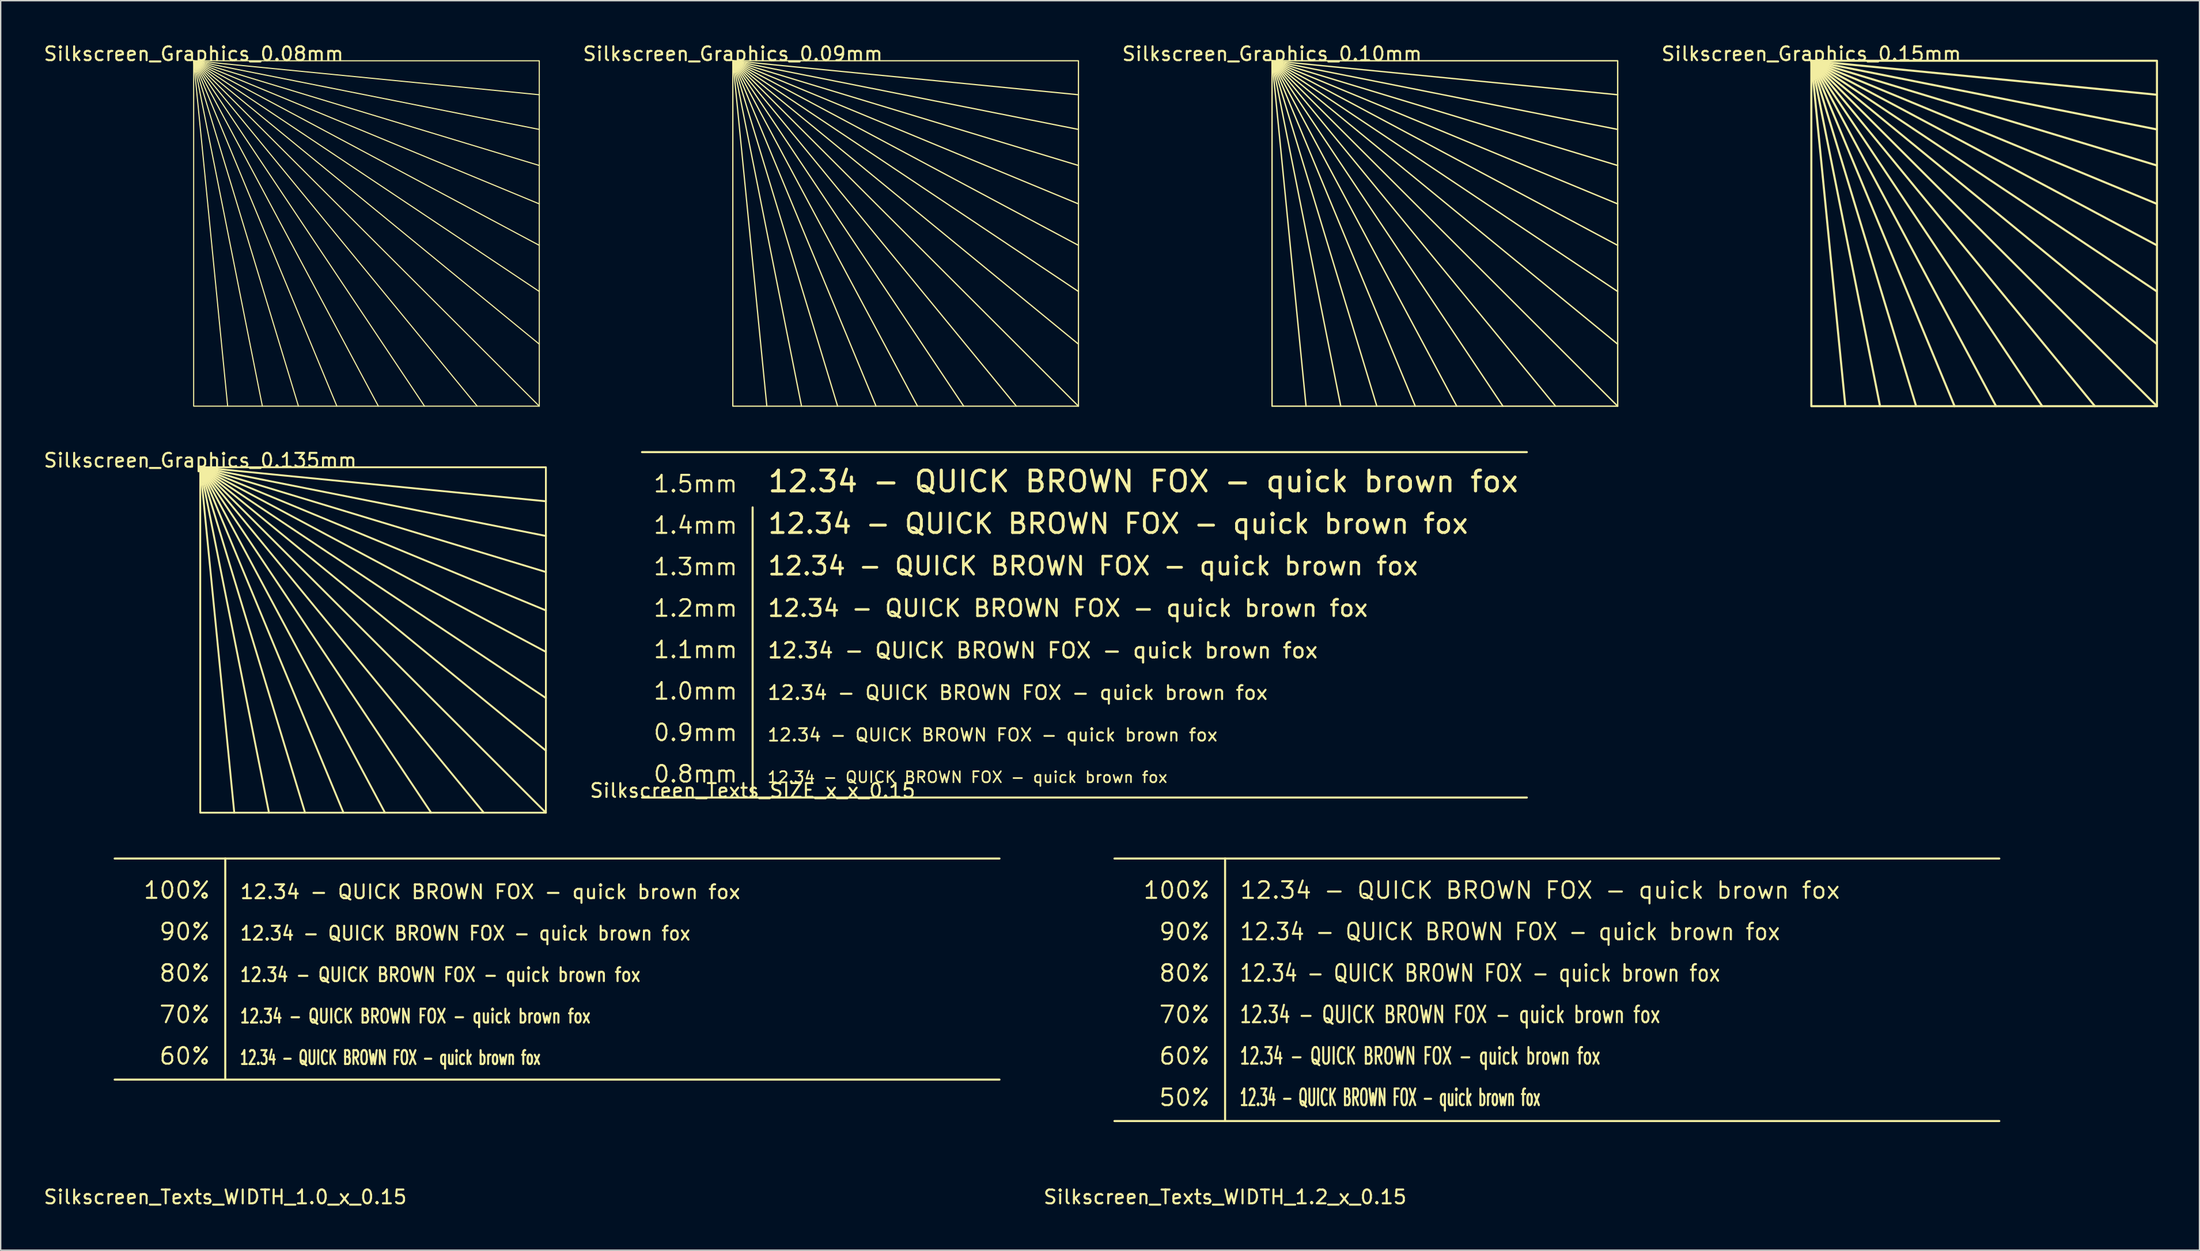
<source format=kicad_pcb>
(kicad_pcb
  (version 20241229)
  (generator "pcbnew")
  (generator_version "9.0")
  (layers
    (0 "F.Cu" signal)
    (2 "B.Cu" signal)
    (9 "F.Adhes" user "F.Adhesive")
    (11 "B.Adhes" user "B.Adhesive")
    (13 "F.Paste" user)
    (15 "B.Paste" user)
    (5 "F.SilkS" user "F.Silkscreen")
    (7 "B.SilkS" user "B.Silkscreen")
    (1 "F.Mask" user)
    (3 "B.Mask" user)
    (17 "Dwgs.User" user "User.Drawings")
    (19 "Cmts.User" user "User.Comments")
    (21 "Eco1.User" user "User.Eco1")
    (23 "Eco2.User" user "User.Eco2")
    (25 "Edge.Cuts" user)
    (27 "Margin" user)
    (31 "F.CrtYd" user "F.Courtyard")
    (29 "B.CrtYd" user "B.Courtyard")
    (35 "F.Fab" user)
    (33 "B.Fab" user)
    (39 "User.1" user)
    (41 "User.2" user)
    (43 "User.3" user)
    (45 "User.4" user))
  (footprint "Silkscreen_Graphics_0.09mm"
    (layer "F.Cu")
    (at 49.957 1.348)
    (property "Reference" "Silkscreen_Graphics_0.09mm" (at 0 -0.5 0) (unlocked yes) (layer "F.SilkS") (effects (font (size 1 1) (thickness 0.15))))
    (fp_line (start 0 0) (end 2.46 25) (stroke (width 0.09) (type default)) (layer "F.SilkS"))
    (fp_line (start 0 0) (end 4.97 25) (stroke (width 0.09) (type default)) (layer "F.SilkS"))
    (fp_line (start 0 0) (end 7.58 25) (stroke (width 0.09) (type default)) (layer "F.SilkS"))
    (fp_line (start 0 0) (end 10.36 25) (stroke (width 0.09) (type default)) (layer "F.SilkS"))
    (fp_line (start 0 0) (end 13.36 25) (stroke (width 0.09) (type default)) (layer "F.SilkS"))
    (fp_line (start 0 0) (end 16.7 25) (stroke (width 0.09) (type default)) (layer "F.SilkS"))
    (fp_line (start 0 0) (end 20.51 25) (stroke (width 0.09) (type default)) (layer "F.SilkS"))
    (fp_line (start 0 0) (end 25 2.46) (stroke (width 0.09) (type default)) (layer "F.SilkS"))
    (fp_line (start 0 0) (end 25 4.97) (stroke (width 0.09) (type default)) (layer "F.SilkS"))
    (fp_line (start 0 0) (end 25 7.58) (stroke (width 0.09) (type default)) (layer "F.SilkS"))
    (fp_line (start 0 0) (end 25 10.36) (stroke (width 0.09) (type default)) (layer "F.SilkS"))
    (fp_line (start 0 0) (end 25 13.36) (stroke (width 0.09) (type default)) (layer "F.SilkS"))
    (fp_line (start 0 0) (end 25 16.7) (stroke (width 0.09) (type default)) (layer "F.SilkS"))
    (fp_line (start 0 0) (end 25 20.51) (stroke (width 0.09) (type default)) (layer "F.SilkS"))
    (fp_line (start 0 0) (end 25 25) (stroke (width 0.09) (type default)) (layer "F.SilkS"))
    (fp_rect (start 0 0) (end 25 25) (stroke (width 0.09) (type default)) (fill no) (layer "F.SilkS")))
  (footprint "Silkscreen_Graphics_0.08mm"
    (layer "F.Cu")
    (at 10.958 1.348)
    (property "Reference" "Silkscreen_Graphics_0.08mm" (at 0 -0.5 0) (unlocked yes) (layer "F.SilkS") (effects (font (size 1 1) (thickness 0.15))))
    (fp_line (start 0 0) (end 2.46 25) (stroke (width 0.08) (type default)) (layer "F.SilkS"))
    (fp_line (start 0 0) (end 4.97 25) (stroke (width 0.08) (type default)) (layer "F.SilkS"))
    (fp_line (start 0 0) (end 7.58 25) (stroke (width 0.08) (type default)) (layer "F.SilkS"))
    (fp_line (start 0 0) (end 10.36 25) (stroke (width 0.08) (type default)) (layer "F.SilkS"))
    (fp_line (start 0 0) (end 13.36 25) (stroke (width 0.08) (type default)) (layer "F.SilkS"))
    (fp_line (start 0 0) (end 16.7 25) (stroke (width 0.08) (type default)) (layer "F.SilkS"))
    (fp_line (start 0 0) (end 20.51 25) (stroke (width 0.08) (type default)) (layer "F.SilkS"))
    (fp_line (start 0 0) (end 25 2.46) (stroke (width 0.08) (type default)) (layer "F.SilkS"))
    (fp_line (start 0 0) (end 25 4.97) (stroke (width 0.08) (type default)) (layer "F.SilkS"))
    (fp_line (start 0 0) (end 25 7.58) (stroke (width 0.08) (type default)) (layer "F.SilkS"))
    (fp_line (start 0 0) (end 25 10.36) (stroke (width 0.08) (type default)) (layer "F.SilkS"))
    (fp_line (start 0 0) (end 25 13.36) (stroke (width 0.08) (type default)) (layer "F.SilkS"))
    (fp_line (start 0 0) (end 25 16.7) (stroke (width 0.08) (type default)) (layer "F.SilkS"))
    (fp_line (start 0 0) (end 25 20.51) (stroke (width 0.08) (type default)) (layer "F.SilkS"))
    (fp_line (start 0 0) (end 25 25) (stroke (width 0.08) (type default)) (layer "F.SilkS"))
    (fp_rect (start 0 0) (end 25 25) (stroke (width 0.08) (type default)) (fill no) (layer "F.SilkS")))
  (footprint "Silkscreen_Texts_WIDTH_1.2_x_0.15"
    (layer "F.Cu")
    (at 85.563 59.089)
    (property "Reference" "Silkscreen_Texts_WIDTH_1.2_x_0.15" (at 0 24.5 0) (unlocked yes) (layer "F.SilkS") (effects (font (size 1 1) (thickness 0.15))))
    (fp_line (start -8 0) (end 56 0) (stroke (width 0.15) (type default)) (layer "F.SilkS"))
    (fp_line (start -8 19) (end 56 19) (stroke (width 0.15) (type default)) (layer "F.SilkS"))
    (fp_line (start 0 19) (end 0 0) (stroke (width 0.15) (type default)) (layer "F.SilkS"))
    (fp_text user "70%" (at -1 12 0) (unlocked yes) (layer "F.SilkS") (effects (font (size 1.2 1.2) (thickness 0.15)) (justify right bottom)))
    (fp_text user "12.34 - QUICK BROWN FOX - quick brown fox " (at 1 18 0) (unlocked yes) (layer "F.SilkS") (effects (font (size 1.2 0.6) (thickness 0.15)) (justify left bottom)))
    (fp_text user "12.34 - QUICK BROWN FOX - quick brown fox " (at 1 9 0) (unlocked yes) (layer "F.SilkS") (effects (font (size 1.2 0.96) (thickness 0.15)) (justify left bottom)))
    (fp_text user "50%" (at -1 18 0) (unlocked yes) (layer "F.SilkS") (effects (font (size 1.2 1.2) (thickness 0.15)) (justify right bottom)))
    (fp_text user "60%" (at -1 15 0) (unlocked yes) (layer "F.SilkS") (effects (font (size 1.2 1.2) (thickness 0.15)) (justify right bottom)))
    (fp_text user "100%" (at -1 3 0) (unlocked yes) (layer "F.SilkS") (effects (font (size 1.2 1.2) (thickness 0.15)) (justify right bottom)))
    (fp_text user "12.34 - QUICK BROWN FOX - quick brown fox " (at 1 3 0) (unlocked yes) (layer "F.SilkS") (effects (font (size 1.2 1.2) (thickness 0.15)) (justify left bottom)))
    (fp_text user "12.34 - QUICK BROWN FOX - quick brown fox " (at 1 15 0) (unlocked yes) (layer "F.SilkS") (effects (font (size 1.2 0.72) (thickness 0.15)) (justify left bottom)))
    (fp_text user "12.34 - QUICK BROWN FOX - quick brown fox " (at 1 6 0) (unlocked yes) (layer "F.SilkS") (effects (font (size 1.2 1.08) (thickness 0.15)) (justify left bottom)))
    (fp_text user "12.34 - QUICK BROWN FOX - quick brown fox " (at 1 12 0) (unlocked yes) (layer "F.SilkS") (effects (font (size 1.2 0.84) (thickness 0.15)) (justify left bottom)))
    (fp_text user "90%" (at -1 6 0) (unlocked yes) (layer "F.SilkS") (effects (font (size 1.2 1.2) (thickness 0.15)) (justify right bottom)))
    (fp_text user "80%" (at -1 9 0) (unlocked yes) (layer "F.SilkS") (effects (font (size 1.2 1.2) (thickness 0.15)) (justify right bottom))))
  (footprint "Silkscreen_Graphics_0.10mm"
    (layer "F.Cu")
    (at 88.96 1.348)
    (property "Reference" "Silkscreen_Graphics_0.10mm" (at 0 -0.5 0) (unlocked yes) (layer "F.SilkS") (effects (font (size 1 1) (thickness 0.15))))
    (fp_line (start 0 0) (end 2.46 25) (stroke (width 0.1) (type default)) (layer "F.SilkS"))
    (fp_line (start 0 0) (end 4.97 25) (stroke (width 0.1) (type default)) (layer "F.SilkS"))
    (fp_line (start 0 0) (end 7.58 25) (stroke (width 0.1) (type default)) (layer "F.SilkS"))
    (fp_line (start 0 0) (end 10.36 25) (stroke (width 0.1) (type default)) (layer "F.SilkS"))
    (fp_line (start 0 0) (end 13.36 25) (stroke (width 0.1) (type default)) (layer "F.SilkS"))
    (fp_line (start 0 0) (end 16.7 25) (stroke (width 0.1) (type default)) (layer "F.SilkS"))
    (fp_line (start 0 0) (end 20.51 25) (stroke (width 0.1) (type default)) (layer "F.SilkS"))
    (fp_line (start 0 0) (end 25 2.46) (stroke (width 0.1) (type default)) (layer "F.SilkS"))
    (fp_line (start 0 0) (end 25 4.97) (stroke (width 0.1) (type default)) (layer "F.SilkS"))
    (fp_line (start 0 0) (end 25 7.58) (stroke (width 0.1) (type default)) (layer "F.SilkS"))
    (fp_line (start 0 0) (end 25 10.36) (stroke (width 0.1) (type default)) (layer "F.SilkS"))
    (fp_line (start 0 0) (end 25 13.36) (stroke (width 0.1) (type default)) (layer "F.SilkS"))
    (fp_line (start 0 0) (end 25 16.7) (stroke (width 0.1) (type default)) (layer "F.SilkS"))
    (fp_line (start 0 0) (end 25 20.51) (stroke (width 0.1) (type default)) (layer "F.SilkS"))
    (fp_line (start 0 0) (end 25 25) (stroke (width 0.1) (type default)) (layer "F.SilkS"))
    (fp_rect (start 0 0) (end 25 25) (stroke (width 0.1) (type default)) (fill no) (layer "F.SilkS")))
  (footprint "Silkscreen_Texts_SIZE_x_x_0.15"
    (layer "F.Cu")
    (at 51.389 29.673)
    (property "Reference" "Silkscreen_Texts_SIZE_x_x_0.15" (at 0 24.5 0) (unlocked yes) (layer "F.SilkS") (effects (font (size 1 1) (thickness 0.15))))
    (fp_line (start -8 0) (end 56 0) (stroke (width 0.15) (type default)) (layer "F.SilkS"))
    (fp_line (start -8 25) (end 56 25) (stroke (width 0.15) (type default)) (layer "F.SilkS"))
    (fp_line (start 0 25) (end 0 4) (stroke (width 0.15) (type default)) (layer "F.SilkS"))
    (fp_text user "12.34 - QUICK BROWN FOX - quick brown fox " (at 1 3 0) (unlocked yes) (layer "F.SilkS") (effects (font (size 1.5 1.5) (thickness 0.225)) (justify left bottom)))
    (fp_text user "1.3mm" (at -1 9 0) (unlocked yes) (layer "F.SilkS") (effects (font (size 1.2 1.2) (thickness 0.15)) (justify right bottom)))
    (fp_text user "12.34 - QUICK BROWN FOX - quick brown fox " (at 1 12 0) (unlocked yes) (layer "F.SilkS") (effects (font (size 1.2 1.2) (thickness 0.18)) (justify left bottom)))
    (fp_text user "0.8mm" (at -1 24 0) (unlocked yes) (layer "F.SilkS") (effects (font (size 1.2 1.2) (thickness 0.15)) (justify right bottom)))
    (fp_text user "12.34 - QUICK BROWN FOX - quick brown fox " (at 1 15 0) (unlocked yes) (layer "F.SilkS") (effects (font (size 1.1 1.1) (thickness 0.165)) (justify left bottom)))
    (fp_text user "0.9mm" (at -1 21 0) (unlocked yes) (layer "F.SilkS") (effects (font (size 1.2 1.2) (thickness 0.15)) (justify right bottom)))
    (fp_text user "1.5mm" (at -1 3 0) (unlocked yes) (layer "F.SilkS") (effects (font (size 1.2 1.2) (thickness 0.15)) (justify right bottom)))
    (fp_text user "1.1mm" (at -1 15 0) (unlocked yes) (layer "F.SilkS") (effects (font (size 1.2 1.2) (thickness 0.15)) (justify right bottom)))
    (fp_text user "12.34 - QUICK BROWN FOX - quick brown fox " (at 1 9 0) (unlocked yes) (layer "F.SilkS") (effects (font (size 1.3 1.3) (thickness 0.195)) (justify left bottom)))
    (fp_text user "12.34 - QUICK BROWN FOX - quick brown fox " (at 1 21 0) (unlocked yes) (layer "F.SilkS") (effects (font (size 0.9 0.9) (thickness 0.135)) (justify left bottom)))
    (fp_text user "1.4mm" (at -1 6 0) (unlocked yes) (layer "F.SilkS") (effects (font (size 1.2 1.2) (thickness 0.15)) (justify right bottom)))
    (fp_text user "1.2mm" (at -1 12 0) (unlocked yes) (layer "F.SilkS") (effects (font (size 1.2 1.2) (thickness 0.15)) (justify right bottom)))
    (fp_text user "1.0mm" (at -1 18 0) (unlocked yes) (layer "F.SilkS") (effects (font (size 1.2 1.2) (thickness 0.15)) (justify right bottom)))
    (fp_text user "12.34 - QUICK BROWN FOX - quick brown fox " (at 1 6 0) (unlocked yes) (layer "F.SilkS") (effects (font (size 1.4 1.4) (thickness 0.21)) (justify left bottom)))
    (fp_text user "12.34 - QUICK BROWN FOX - quick brown fox " (at 1 18 0) (unlocked yes) (layer "F.SilkS") (effects (font (size 1 1) (thickness 0.15)) (justify left bottom)))
    (fp_text user "12.34 - QUICK BROWN FOX - quick brown fox " (at 1 24 0) (unlocked yes) (layer "F.SilkS") (effects (font (size 0.8 0.8) (thickness 0.12)) (justify left bottom))))
  (footprint "Silkscreen_Graphics_0.15mm"
    (layer "F.Cu")
    (at 127.968 1.348)
    (property "Reference" "Silkscreen_Graphics_0.15mm" (at 0 -0.5 0) (unlocked yes) (layer "F.SilkS") (effects (font (size 1 1) (thickness 0.15))))
    (fp_line (start 0 0) (end 2.46 25) (stroke (width 0.15) (type default)) (layer "F.SilkS"))
    (fp_line (start 0 0) (end 4.97 25) (stroke (width 0.15) (type default)) (layer "F.SilkS"))
    (fp_line (start 0 0) (end 7.58 25) (stroke (width 0.15) (type default)) (layer "F.SilkS"))
    (fp_line (start 0 0) (end 10.36 25) (stroke (width 0.15) (type default)) (layer "F.SilkS"))
    (fp_line (start 0 0) (end 13.36 25) (stroke (width 0.15) (type default)) (layer "F.SilkS"))
    (fp_line (start 0 0) (end 16.7 25) (stroke (width 0.15) (type default)) (layer "F.SilkS"))
    (fp_line (start 0 0) (end 20.51 25) (stroke (width 0.15) (type default)) (layer "F.SilkS"))
    (fp_line (start 0 0) (end 25 2.46) (stroke (width 0.15) (type default)) (layer "F.SilkS"))
    (fp_line (start 0 0) (end 25 4.97) (stroke (width 0.15) (type default)) (layer "F.SilkS"))
    (fp_line (start 0 0) (end 25 7.58) (stroke (width 0.15) (type default)) (layer "F.SilkS"))
    (fp_line (start 0 0) (end 25 10.36) (stroke (width 0.15) (type default)) (layer "F.SilkS"))
    (fp_line (start 0 0) (end 25 13.36) (stroke (width 0.15) (type default)) (layer "F.SilkS"))
    (fp_line (start 0 0) (end 25 16.7) (stroke (width 0.15) (type default)) (layer "F.SilkS"))
    (fp_line (start 0 0) (end 25 20.51) (stroke (width 0.15) (type default)) (layer "F.SilkS"))
    (fp_line (start 0 0) (end 25 25) (stroke (width 0.15) (type default)) (layer "F.SilkS"))
    (fp_rect (start 0 0) (end 25 25) (stroke (width 0.15) (type default)) (fill no) (layer "F.SilkS")))
  (footprint "Silkscreen_Graphics_0.135mm"
    (layer "F.Cu")
    (at 11.435 30.771)
    (property "Reference" "Silkscreen_Graphics_0.135mm" (at 0 -0.5 0) (unlocked yes) (layer "F.SilkS") (effects (font (size 1 1) (thickness 0.15))))
    (fp_line (start 0 0) (end 2.46 25) (stroke (width 0.135) (type default)) (layer "F.SilkS"))
    (fp_line (start 0 0) (end 4.97 25) (stroke (width 0.135) (type default)) (layer "F.SilkS"))
    (fp_line (start 0 0) (end 7.58 25) (stroke (width 0.135) (type default)) (layer "F.SilkS"))
    (fp_line (start 0 0) (end 10.36 25) (stroke (width 0.135) (type default)) (layer "F.SilkS"))
    (fp_line (start 0 0) (end 13.36 25) (stroke (width 0.135) (type default)) (layer "F.SilkS"))
    (fp_line (start 0 0) (end 16.7 25) (stroke (width 0.135) (type default)) (layer "F.SilkS"))
    (fp_line (start 0 0) (end 20.51 25) (stroke (width 0.135) (type default)) (layer "F.SilkS"))
    (fp_line (start 0 0) (end 25 2.46) (stroke (width 0.135) (type default)) (layer "F.SilkS"))
    (fp_line (start 0 0) (end 25 4.97) (stroke (width 0.135) (type default)) (layer "F.SilkS"))
    (fp_line (start 0 0) (end 25 7.58) (stroke (width 0.135) (type default)) (layer "F.SilkS"))
    (fp_line (start 0 0) (end 25 10.36) (stroke (width 0.135) (type default)) (layer "F.SilkS"))
    (fp_line (start 0 0) (end 25 13.36) (stroke (width 0.135) (type default)) (layer "F.SilkS"))
    (fp_line (start 0 0) (end 25 16.7) (stroke (width 0.135) (type default)) (layer "F.SilkS"))
    (fp_line (start 0 0) (end 25 20.51) (stroke (width 0.135) (type default)) (layer "F.SilkS"))
    (fp_line (start 0 0) (end 25 25) (stroke (width 0.135) (type default)) (layer "F.SilkS"))
    (fp_rect (start 0 0) (end 25 25) (stroke (width 0.135) (type default)) (fill no) (layer "F.SilkS")))
  (footprint "Silkscreen_Texts_WIDTH_1.0_x_0.15"
    (layer "F.Cu")
    (at 13.244 59.089)
    (property "Reference" "Silkscreen_Texts_WIDTH_1.0_x_0.15" (at 0 24.5 0) (unlocked yes) (layer "F.SilkS") (effects (font (size 1 1) (thickness 0.15))))
    (fp_line (start -8 0) (end 56 0) (stroke (width 0.15) (type default)) (layer "F.SilkS"))
    (fp_line (start -8 16) (end 56 16) (stroke (width 0.15) (type default)) (layer "F.SilkS"))
    (fp_line (start 0 16) (end 0 0) (stroke (width 0.15) (type default)) (layer "F.SilkS"))
    (fp_text user "12.34 - QUICK BROWN FOX - quick brown fox " (at 1 6 0) (unlocked yes) (layer "F.SilkS") (effects (font (size 1 0.9) (thickness 0.15)) (justify left bottom)))
    (fp_text user "12.34 - QUICK BROWN FOX - quick brown fox " (at 1 9 0) (unlocked yes) (layer "F.SilkS") (effects (font (size 1 0.8) (thickness 0.15)) (justify left bottom)))
    (fp_text user "90%" (at -1 6 0) (unlocked yes) (layer "F.SilkS") (effects (font (size 1.2 1.2) (thickness 0.15)) (justify right bottom)))
    (fp_text user "80%" (at -1 9 0) (unlocked yes) (layer "F.SilkS") (effects (font (size 1.2 1.2) (thickness 0.15)) (justify right bottom)))
    (fp_text user "12.34 - QUICK BROWN FOX - quick brown fox " (at 1 15 0) (unlocked yes) (layer "F.SilkS") (effects (font (size 1 0.6) (thickness 0.15)) (justify left bottom)))
    (fp_text user "70%" (at -1 12 0) (unlocked yes) (layer "F.SilkS") (effects (font (size 1.2 1.2) (thickness 0.15)) (justify right bottom)))
    (fp_text user "100%" (at -1 3 0) (unlocked yes) (layer "F.SilkS") (effects (font (size 1.2 1.2) (thickness 0.15)) (justify right bottom)))
    (fp_text user "12.34 - QUICK BROWN FOX - quick brown fox " (at 1 12 0) (unlocked yes) (layer "F.SilkS") (effects (font (size 1 0.7) (thickness 0.15)) (justify left bottom)))
    (fp_text user "12.34 - QUICK BROWN FOX - quick brown fox " (at 1 3 0) (unlocked yes) (layer "F.SilkS") (effects (font (size 1 1) (thickness 0.15)) (justify left bottom)))
    (fp_text user "60%" (at -1 15 0) (unlocked yes) (layer "F.SilkS") (effects (font (size 1.2 1.2) (thickness 0.15)) (justify right bottom))))
  (gr_rect
    (start -3 -3)
    (end 156.043 87.437)
    (stroke (width 0.1) (type default))
    (fill no)
    (layer "Edge.Cuts")))
</source>
